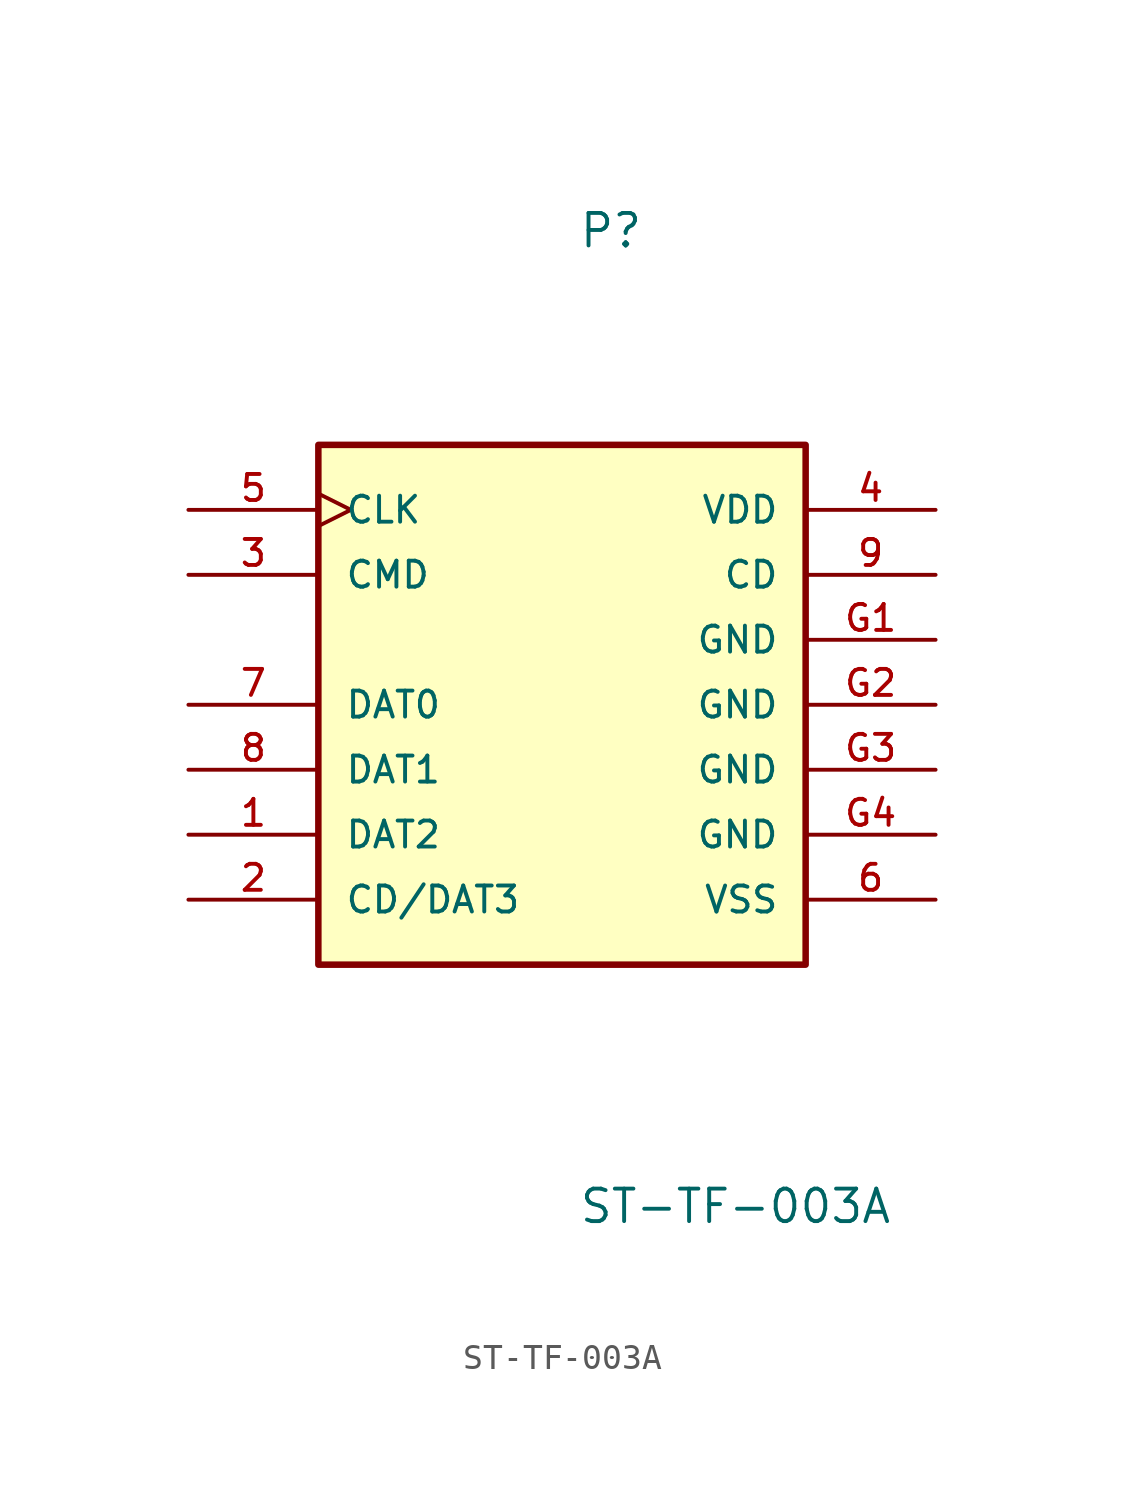
<source format=kicad_sym>
(kicad_symbol_lib
  (version 20231120)
  (generator "kicad_symbol_editor")
  (generator_version "8.0")
  (symbol "ST-TF-003A"
    (pin_names
      (offset 1.016))
    (property "Reference" "P"
      (at 0 17.794 0)
      (effects (font (size 1.27 1.27)) (justify left bottom)))
    (property "Value" "ST-TF-003A"
      (at 0 -20.349 0)
      (effects (font (size 1.27 1.27)) (justify left bottom)))
    (symbol "ST-TF-003A_0_0"
      (rectangle (start -10.16 10.16) (end 8.89 -10.16) (stroke (width 0.254) (type default)) (fill (type background)))
      (pin bidirectional line (at -15.24 -5.08 0) (length 5.08) (name "DAT2" (effects (font (size 1.016 1.016)))) (number "1" (effects (font (size 1.016 1.016)))))
      (pin bidirectional line (at -15.24 5.08 0) (length 5.08) (name "CMD" (effects (font (size 1.016 1.016)))) (number "3" (effects (font (size 1.016 1.016)))))
      (pin power_in line (at 13.97 7.62 180) (length 5.08) (name "VDD" (effects (font (size 1.016 1.016)))) (number "4" (effects (font (size 1.016 1.016)))))
      (pin input clock (at -15.24 7.62 0) (length 5.08) (name "CLK" (effects (font (size 1.016 1.016)))) (number "5" (effects (font (size 1.016 1.016)))))
      (pin passive line (at 13.97 -7.62 180) (length 5.08) (name "VSS" (effects (font (size 1.016 1.016)))) (number "6" (effects (font (size 1.016 1.016)))))
      (pin bidirectional line (at -15.24 0 0) (length 5.08) (name "DAT0" (effects (font (size 1.016 1.016)))) (number "7" (effects (font (size 1.016 1.016)))))
      (pin bidirectional line (at -15.24 -2.54 0) (length 5.08) (name "DAT1" (effects (font (size 1.016 1.016)))) (number "8" (effects (font (size 1.016 1.016)))))
      (pin input line (at 13.97 5.08 180) (length 5.08) (name "CD" (effects (font (size 1.016 1.016)))) (number "9" (effects (font (size 1.016 1.016)))))
      (pin passive line (at 13.97 2.54 180) (length 5.08) (name "GND" (effects (font (size 1.016 1.016)))) (number "G1" (effects (font (size 1.016 1.016)))))
      (pin passive line (at 13.97 0 180) (length 5.08) (name "GND" (effects (font (size 1.016 1.016)))) (number "G2" (effects (font (size 1.016 1.016)))))
      (pin passive line (at 13.97 -2.54 180) (length 5.08) (name "GND" (effects (font (size 1.016 1.016)))) (number "G3" (effects (font (size 1.016 1.016)))))
      (pin passive line (at 13.97 -5.08 180) (length 5.08) (name "GND" (effects (font (size 1.016 1.016)))) (number "G4" (effects (font (size 1.016 1.016))))))
    (symbol "ST-TF-003A_1_0"
      (pin bidirectional line (at -15.24 -7.62 0) (length 5.08) (name "CD/DAT3" (effects (font (size 1.016 1.016)))) (number "2" (effects (font (size 1.016 1.016))))))))
</source>
